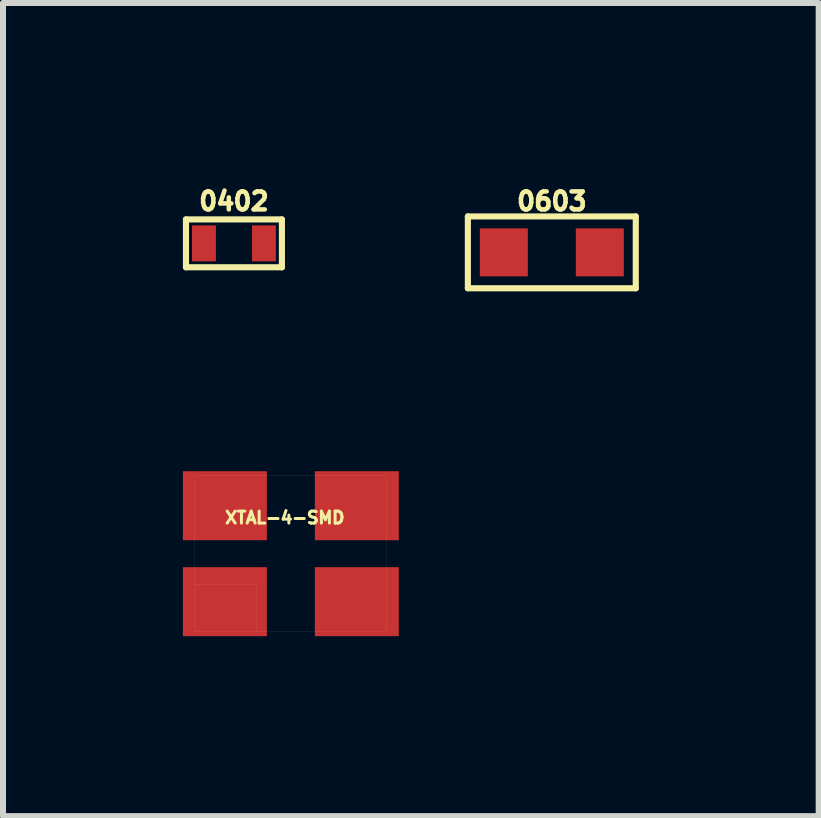
<source format=kicad_pcb>
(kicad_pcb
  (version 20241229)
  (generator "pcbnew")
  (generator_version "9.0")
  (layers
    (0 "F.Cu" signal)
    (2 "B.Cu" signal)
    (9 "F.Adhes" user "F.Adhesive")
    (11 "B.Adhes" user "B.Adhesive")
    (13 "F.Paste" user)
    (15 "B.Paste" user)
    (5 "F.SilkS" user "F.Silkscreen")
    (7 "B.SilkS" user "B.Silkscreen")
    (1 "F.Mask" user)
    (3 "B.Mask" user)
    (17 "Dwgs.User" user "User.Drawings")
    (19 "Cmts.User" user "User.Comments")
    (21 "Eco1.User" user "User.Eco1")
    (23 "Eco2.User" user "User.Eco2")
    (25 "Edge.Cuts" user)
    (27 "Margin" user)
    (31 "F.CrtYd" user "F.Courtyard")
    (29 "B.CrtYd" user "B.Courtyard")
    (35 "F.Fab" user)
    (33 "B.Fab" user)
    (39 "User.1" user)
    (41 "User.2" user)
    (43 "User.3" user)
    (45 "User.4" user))
  (footprint "0402"
    (layer "F.Cu")
    (at 0.851 1.008)
    (property "Reference" "0402" (at 0 -0.701 0) (layer "F.SilkS") (effects (font (size 0.3 0.3) (thickness 0.076))))
    (attr through_hole)
    (fp_line (start -0.8 -0.399) (end 0.8 -0.399) (stroke (width 0.102) (type solid)) (layer "F.SilkS"))
    (fp_line (start -0.8 0.399) (end -0.8 -0.399) (stroke (width 0.102) (type solid)) (layer "F.SilkS"))
    (fp_line (start 0.8 -0.399) (end 0.8 0.399) (stroke (width 0.102) (type solid)) (layer "F.SilkS"))
    (fp_line (start 0.8 0.399) (end -0.8 0.399) (stroke (width 0.102) (type solid)) (layer "F.SilkS"))
    (pad "1" smd rect (at -0.5 0) (size 0.399 0.599) (layers "F.Cu" "F.Mask" "F.Paste"))
    (pad "2" smd rect (at 0.5 0) (size 0.399 0.599) (layers "F.Cu" "F.Mask" "F.Paste")))
  (footprint "0603"
    (layer "F.Cu")
    (at 6.152 1.158)
    (property "Reference" "0603" (at 0 -0.851 0) (layer "F.SilkS") (effects (font (size 0.3 0.3) (thickness 0.076))))
    (attr through_hole)
    (fp_line (start -1.4 -0.599) (end 1.4 -0.599) (stroke (width 0.102) (type solid)) (layer "F.SilkS"))
    (fp_line (start -1.4 0.599) (end -1.4 -0.599) (stroke (width 0.102) (type solid)) (layer "F.SilkS"))
    (fp_line (start 1.4 -0.599) (end 1.4 0.599) (stroke (width 0.102) (type solid)) (layer "F.SilkS"))
    (fp_line (start 1.4 0.599) (end -1.4 0.599) (stroke (width 0.102) (type solid)) (layer "F.SilkS"))
    (pad "1" smd rect (at -0.8 0) (size 0.8 0.8) (layers "F.Cu" "F.Mask" "F.Paste"))
    (pad "2" smd rect (at 0.8 0) (size 0.8 0.8) (layers "F.Cu" "F.Mask" "F.Paste")))
  (footprint "XTAL-4-SMD"
    (layer "F.Cu")
    (at 1.8 6.183)
    (property "Reference" "XTAL-4-SMD" (at -0.1 -0.6 0) (layer "F.SilkS") (effects (font (size 0.2 0.2) (thickness 0.05))))
    (attr smd)
    (fp_line (start -1.6 -1.3) (end 1.6 -1.3) (stroke (width 0.001) (type solid)) (layer "F.SilkS"))
    (fp_line (start -1.6 1.3) (end -1.6 -1.3) (stroke (width 0.001) (type solid)) (layer "F.SilkS"))
    (fp_line (start -1.587 0.508) (end -0.572 0.508) (stroke (width 0.001) (type solid)) (layer "F.SilkS"))
    (fp_line (start -0.572 0.508) (end -0.572 1.27) (stroke (width 0.001) (type solid)) (layer "F.SilkS"))
    (fp_line (start 1.6 -1.3) (end 1.6 1.3) (stroke (width 0.001) (type solid)) (layer "F.SilkS"))
    (fp_line (start 1.6 1.3) (end -1.6 1.3) (stroke (width 0.001) (type solid)) (layer "F.SilkS"))
    (pad "1" smd rect (at -1.1 0.8) (size 1.4 1.151) (layers "F.Cu" "F.Mask" "F.Paste"))
    (pad "2" smd rect (at 1.1 -0.8) (size 1.4 1.151) (layers "F.Cu" "F.Mask" "F.Paste"))
    (pad "3" smd rect (at -1.1 -0.8) (size 1.4 1.151) (layers "F.Cu" "F.Mask" "F.Paste"))
    (pad "3" smd rect (at 1.1 0.8) (size 1.4 1.151) (layers "F.Cu" "F.Mask" "F.Paste")))
  (gr_rect
    (start -3 -3)
    (end 10.602 10.559)
    (stroke (width 0.1) (type default))
    (fill no)
    (layer "Edge.Cuts")))
</source>
